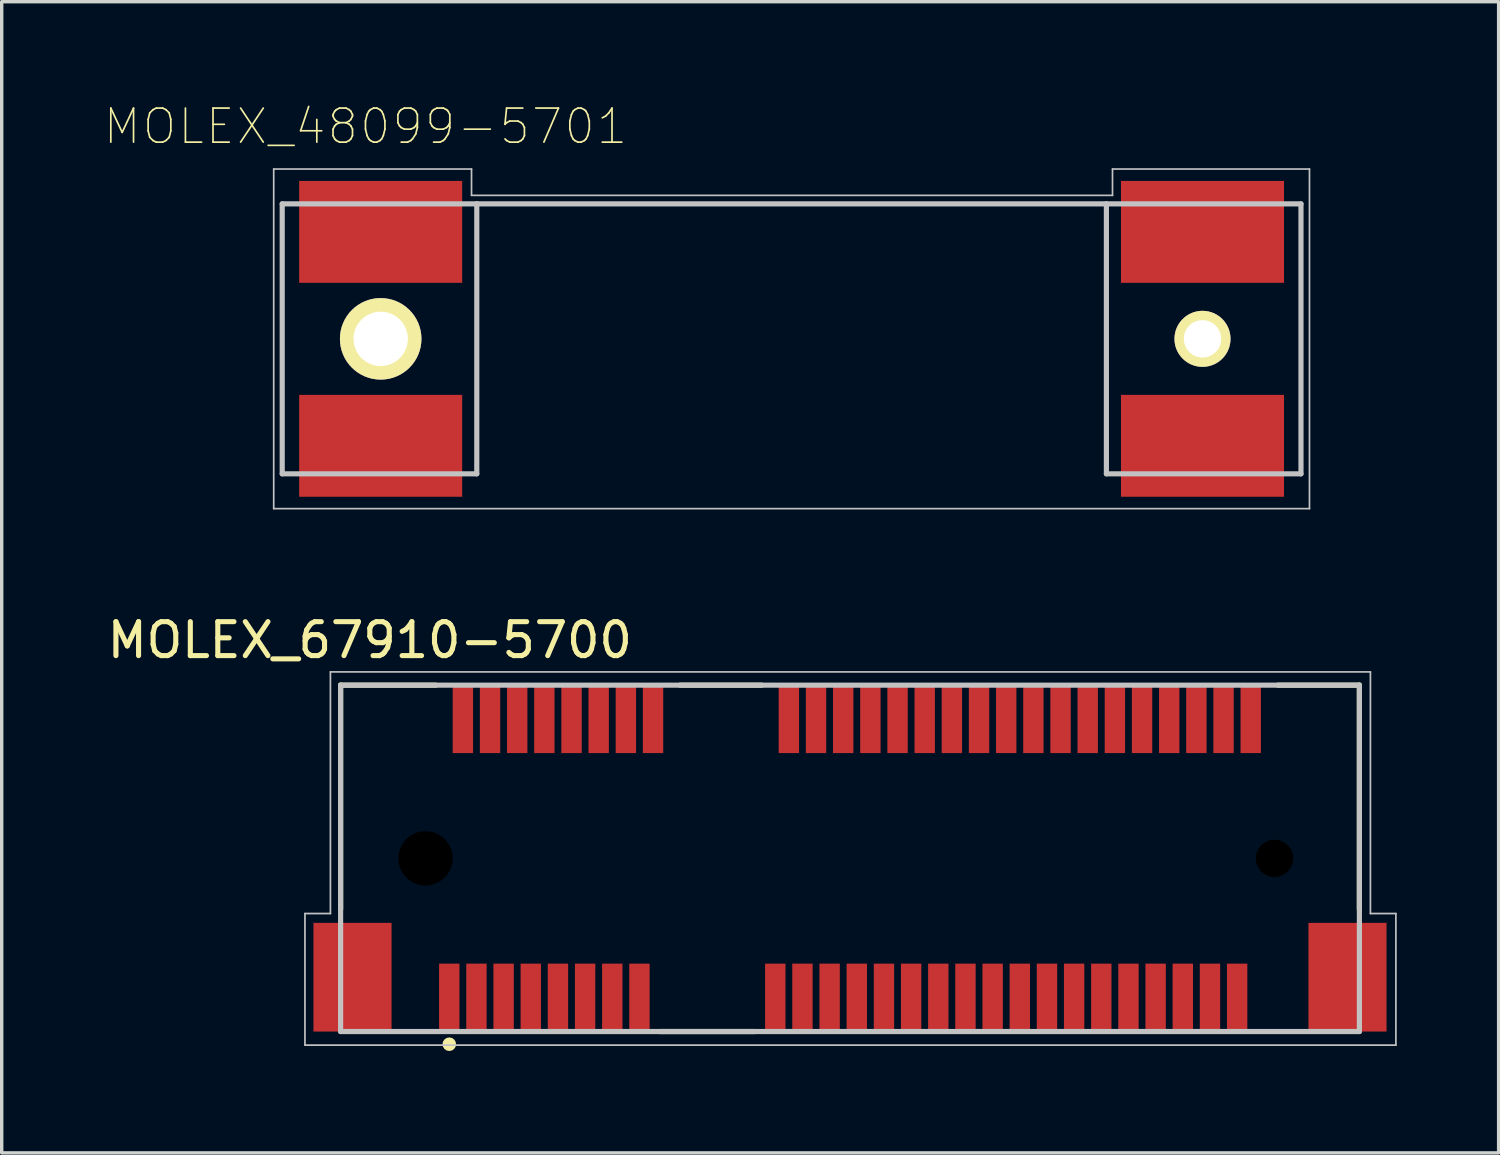
<source format=kicad_pcb>
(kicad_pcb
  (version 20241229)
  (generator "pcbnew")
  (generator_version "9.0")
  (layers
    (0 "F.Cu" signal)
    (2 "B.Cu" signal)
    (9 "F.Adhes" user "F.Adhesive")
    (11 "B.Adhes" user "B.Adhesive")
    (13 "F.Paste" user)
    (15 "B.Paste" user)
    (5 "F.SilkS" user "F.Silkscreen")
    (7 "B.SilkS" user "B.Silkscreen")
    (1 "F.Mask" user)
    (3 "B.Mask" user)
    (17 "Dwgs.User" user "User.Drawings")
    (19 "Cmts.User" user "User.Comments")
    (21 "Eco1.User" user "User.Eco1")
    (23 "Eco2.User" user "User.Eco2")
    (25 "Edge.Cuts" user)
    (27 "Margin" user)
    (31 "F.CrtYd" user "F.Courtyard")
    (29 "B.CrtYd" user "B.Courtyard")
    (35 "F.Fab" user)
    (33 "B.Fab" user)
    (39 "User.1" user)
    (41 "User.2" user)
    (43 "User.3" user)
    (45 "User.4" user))
  (footprint "MOLEX_48099-5701"
    (layer "F.Cu")
    (at 20.26 6.928)
    (property "Reference" "MOLEX_48099-5701" (at -12.548 -6.254 0) (layer "F.SilkS") (effects (font (size 1.003 1.003) (thickness 0.05))))
    (attr smd)
    (fp_line (start -15.25 -5) (end -15.25 5) (stroke (width 0.05) (type solid)) (layer "Dwgs.User"))
    (fp_line (start -15.25 -5) (end -9.425 -5) (stroke (width 0.05) (type solid)) (layer "Dwgs.User"))
    (fp_line (start -15.25 5) (end 15.25 5) (stroke (width 0.05) (type solid)) (layer "Dwgs.User"))
    (fp_line (start -15 -3.975) (end -15 3.975) (stroke (width 0.152) (type solid)) (layer "Dwgs.User"))
    (fp_line (start -15 -3.975) (end -9.27 -3.975) (stroke (width 0.152) (type solid)) (layer "Dwgs.User"))
    (fp_line (start -15 3.975) (end -9.27 3.975) (stroke (width 0.152) (type solid)) (layer "Dwgs.User"))
    (fp_line (start -9.425 -5) (end -9.425 -4.225) (stroke (width 0.05) (type solid)) (layer "Dwgs.User"))
    (fp_line (start -9.425 -4.225) (end 9.45 -4.225) (stroke (width 0.05) (type solid)) (layer "Dwgs.User"))
    (fp_line (start -9.27 -3.975) (end 9.27 -3.975) (stroke (width 0.152) (type solid)) (layer "Dwgs.User"))
    (fp_line (start -9.27 3.975) (end -9.27 -3.975) (stroke (width 0.152) (type solid)) (layer "Dwgs.User"))
    (fp_line (start 9.27 -3.975) (end 15 -3.975) (stroke (width 0.152) (type solid)) (layer "Dwgs.User"))
    (fp_line (start 9.27 3.975) (end 9.27 -3.975) (stroke (width 0.152) (type solid)) (layer "Dwgs.User"))
    (fp_line (start 9.45 -5) (end 15.25 -5) (stroke (width 0.05) (type solid)) (layer "Dwgs.User"))
    (fp_line (start 9.45 -4.225) (end 9.45 -5) (stroke (width 0.05) (type solid)) (layer "Dwgs.User"))
    (fp_line (start 15 3.975) (end 9.27 3.975) (stroke (width 0.152) (type solid)) (layer "Dwgs.User"))
    (fp_line (start 15 3.975) (end 15 -3.975) (stroke (width 0.152) (type solid)) (layer "Dwgs.User"))
    (fp_line (start 15.25 5) (end 15.25 -5) (stroke (width 0.05) (type solid)) (layer "Dwgs.User"))
    (pad "1" smd rect (at -12.1 3.15) (size 4.8 3) (layers "F.Cu" "F.Mask" "F.Paste"))
    (pad "2" smd rect (at -12.1 -3.15) (size 4.8 3) (layers "F.Cu" "F.Mask" "F.Paste"))
    (pad "3" smd rect (at 12.1 3.15) (size 4.8 3) (layers "F.Cu" "F.Mask" "F.Paste"))
    (pad "4" smd rect (at 12.1 -3.15) (size 4.8 3) (layers "F.Cu" "F.Mask" "F.Paste"))
    (pad "5" thru_hole circle (at -12.1 0) (size 2.4 2.4) (drill 1.6) (layers "*.Cu" "*.Mask" "F.SilkS"))
    (pad "6" thru_hole circle (at 12.1 0) (size 1.65 1.65) (drill 1.1) (layers "*.Cu" "*.Mask" "F.SilkS")))
  (footprint "MOLEX_67910-5700"
    (layer "F.Cu")
    (at 20.18 22.226)
    (property "Reference" "MOLEX_67910-5700" (at -12.34 -6.425 0) (layer "F.SilkS") (effects (font (size 1 1) (thickness 0.15))))
    (attr smd)
    (fp_line (start -13.2 -5.1) (end -10.4 -5.1) (stroke (width 0.152) (type solid)) (layer "F.SilkS"))
    (fp_line (start -13.2 1.5) (end -13.2 -5.1) (stroke (width 0.152) (type solid)) (layer "F.SilkS"))
    (fp_line (start -3.2 -5.1) (end -0.8 -5.1) (stroke (width 0.152) (type solid)) (layer "F.SilkS"))
    (fp_line (start -1 5.1) (end -3.8 5.1) (stroke (width 0.152) (type solid)) (layer "F.SilkS"))
    (fp_line (start 14.4 -5.1) (end 16.8 -5.1) (stroke (width 0.152) (type solid)) (layer "F.SilkS"))
    (fp_line (start 16.8 -5.1) (end 16.8 1.5) (stroke (width 0.152) (type solid)) (layer "F.SilkS"))
    (fp_circle (center -10 5.473) (end -9.9 5.473) (stroke (width 0.2) (type solid)) (fill no) (layer "F.SilkS"))
    (fp_line (start -14.25 1.625) (end -13.5 1.625) (stroke (width 0.05) (type solid)) (layer "Dwgs.User"))
    (fp_line (start -14.25 5.5) (end -14.25 1.625) (stroke (width 0.05) (type solid)) (layer "Dwgs.User"))
    (fp_line (start -13.5 -5.49) (end 17.125 -5.49) (stroke (width 0.05) (type solid)) (layer "Dwgs.User"))
    (fp_line (start -13.5 1.625) (end -13.5 -5.49) (stroke (width 0.05) (type solid)) (layer "Dwgs.User"))
    (fp_line (start -13.2 -5.1) (end 16.8 -5.1) (stroke (width 0.152) (type solid)) (layer "Dwgs.User"))
    (fp_line (start -13.2 5.1) (end -13.2 -5.1) (stroke (width 0.152) (type solid)) (layer "Dwgs.User"))
    (fp_line (start 16.8 -5.1) (end 16.8 5.1) (stroke (width 0.152) (type solid)) (layer "Dwgs.User"))
    (fp_line (start 16.8 5.1) (end -13.2 5.1) (stroke (width 0.152) (type solid)) (layer "Dwgs.User"))
    (fp_line (start 17.125 -5.49) (end 17.125 1.625) (stroke (width 0.05) (type solid)) (layer "Dwgs.User"))
    (fp_line (start 17.125 1.625) (end 17.875 1.625) (stroke (width 0.05) (type solid)) (layer "Dwgs.User"))
    (fp_line (start 17.875 1.625) (end 17.875 5.5) (stroke (width 0.05) (type solid)) (layer "Dwgs.User"))
    (fp_line (start 17.875 5.5) (end -14.25 5.5) (stroke (width 0.05) (type solid)) (layer "Dwgs.User"))
    (pad "" np_thru_hole circle (at -10.7 0) (size 1.6 1.6) (drill 1.6) (layers))
    (pad "" np_thru_hole circle (at 14.3 0) (size 1.1 1.1) (drill 1.1) (layers))
    (pad "1" smd rect (at -10 4.1 90) (size 2 0.6) (layers "F.Cu" "F.Mask" "F.Paste"))
    (pad "2" smd rect (at -9.6 -4.1 90) (size 2 0.6) (layers "F.Cu" "F.Mask" "F.Paste"))
    (pad "3" smd rect (at -9.2 4.1 90) (size 2 0.6) (layers "F.Cu" "F.Mask" "F.Paste"))
    (pad "4" smd rect (at -8.8 -4.1 90) (size 2 0.6) (layers "F.Cu" "F.Mask" "F.Paste"))
    (pad "5" smd rect (at -8.4 4.1 90) (size 2 0.6) (layers "F.Cu" "F.Mask" "F.Paste"))
    (pad "6" smd rect (at -8 -4.1 90) (size 2 0.6) (layers "F.Cu" "F.Mask" "F.Paste"))
    (pad "7" smd rect (at -7.6 4.1 90) (size 2 0.6) (layers "F.Cu" "F.Mask" "F.Paste"))
    (pad "8" smd rect (at -7.2 -4.1 90) (size 2 0.6) (layers "F.Cu" "F.Mask" "F.Paste"))
    (pad "9" smd rect (at -6.8 4.1 90) (size 2 0.6) (layers "F.Cu" "F.Mask" "F.Paste"))
    (pad "10" smd rect (at -6.4 -4.1 90) (size 2 0.6) (layers "F.Cu" "F.Mask" "F.Paste"))
    (pad "11" smd rect (at -6 4.1 90) (size 2 0.6) (layers "F.Cu" "F.Mask" "F.Paste"))
    (pad "12" smd rect (at -5.6 -4.1 90) (size 2 0.6) (layers "F.Cu" "F.Mask" "F.Paste"))
    (pad "13" smd rect (at -5.2 4.1 90) (size 2 0.6) (layers "F.Cu" "F.Mask" "F.Paste"))
    (pad "14" smd rect (at -4.8 -4.1 90) (size 2 0.6) (layers "F.Cu" "F.Mask" "F.Paste"))
    (pad "15" smd rect (at -4.4 4.1 90) (size 2 0.6) (layers "F.Cu" "F.Mask" "F.Paste"))
    (pad "16" smd rect (at -4 -4.1 90) (size 2 0.6) (layers "F.Cu" "F.Mask" "F.Paste"))
    (pad "17" smd rect (at -0.4 4.1 90) (size 2 0.6) (layers "F.Cu" "F.Mask" "F.Paste"))
    (pad "18" smd rect (at 0 -4.1 90) (size 2 0.6) (layers "F.Cu" "F.Mask" "F.Paste"))
    (pad "19" smd rect (at 0.4 4.1 90) (size 2 0.6) (layers "F.Cu" "F.Mask" "F.Paste"))
    (pad "20" smd rect (at 0.8 -4.1 90) (size 2 0.6) (layers "F.Cu" "F.Mask" "F.Paste"))
    (pad "21" smd rect (at 1.2 4.1 90) (size 2 0.6) (layers "F.Cu" "F.Mask" "F.Paste"))
    (pad "22" smd rect (at 1.6 -4.1 90) (size 2 0.6) (layers "F.Cu" "F.Mask" "F.Paste"))
    (pad "23" smd rect (at 2 4.1 90) (size 2 0.6) (layers "F.Cu" "F.Mask" "F.Paste"))
    (pad "24" smd rect (at 2.4 -4.1 90) (size 2 0.6) (layers "F.Cu" "F.Mask" "F.Paste"))
    (pad "25" smd rect (at 2.8 4.1 90) (size 2 0.6) (layers "F.Cu" "F.Mask" "F.Paste"))
    (pad "26" smd rect (at 3.2 -4.1 90) (size 2 0.6) (layers "F.Cu" "F.Mask" "F.Paste"))
    (pad "27" smd rect (at 3.6 4.1 90) (size 2 0.6) (layers "F.Cu" "F.Mask" "F.Paste"))
    (pad "28" smd rect (at 4 -4.1 90) (size 2 0.6) (layers "F.Cu" "F.Mask" "F.Paste"))
    (pad "29" smd rect (at 4.4 4.1 90) (size 2 0.6) (layers "F.Cu" "F.Mask" "F.Paste"))
    (pad "30" smd rect (at 4.8 -4.1 90) (size 2 0.6) (layers "F.Cu" "F.Mask" "F.Paste"))
    (pad "31" smd rect (at 5.2 4.1 90) (size 2 0.6) (layers "F.Cu" "F.Mask" "F.Paste"))
    (pad "32" smd rect (at 5.6 -4.1 90) (size 2 0.6) (layers "F.Cu" "F.Mask" "F.Paste"))
    (pad "33" smd rect (at 6 4.1 90) (size 2 0.6) (layers "F.Cu" "F.Mask" "F.Paste"))
    (pad "34" smd rect (at 6.4 -4.1 90) (size 2 0.6) (layers "F.Cu" "F.Mask" "F.Paste"))
    (pad "35" smd rect (at 6.8 4.1 90) (size 2 0.6) (layers "F.Cu" "F.Mask" "F.Paste"))
    (pad "36" smd rect (at 7.2 -4.1 90) (size 2 0.6) (layers "F.Cu" "F.Mask" "F.Paste"))
    (pad "37" smd rect (at 7.6 4.1 90) (size 2 0.6) (layers "F.Cu" "F.Mask" "F.Paste"))
    (pad "38" smd rect (at 8 -4.1 90) (size 2 0.6) (layers "F.Cu" "F.Mask" "F.Paste"))
    (pad "39" smd rect (at 8.4 4.1 90) (size 2 0.6) (layers "F.Cu" "F.Mask" "F.Paste"))
    (pad "40" smd rect (at 8.8 -4.1 90) (size 2 0.6) (layers "F.Cu" "F.Mask" "F.Paste"))
    (pad "41" smd rect (at 9.2 4.1 90) (size 2 0.6) (layers "F.Cu" "F.Mask" "F.Paste"))
    (pad "42" smd rect (at 9.6 -4.1 90) (size 2 0.6) (layers "F.Cu" "F.Mask" "F.Paste"))
    (pad "43" smd rect (at 10 4.1 90) (size 2 0.6) (layers "F.Cu" "F.Mask" "F.Paste"))
    (pad "44" smd rect (at 10.4 -4.1 90) (size 2 0.6) (layers "F.Cu" "F.Mask" "F.Paste"))
    (pad "45" smd rect (at 10.8 4.1 90) (size 2 0.6) (layers "F.Cu" "F.Mask" "F.Paste"))
    (pad "46" smd rect (at 11.2 -4.1 90) (size 2 0.6) (layers "F.Cu" "F.Mask" "F.Paste"))
    (pad "47" smd rect (at 11.6 4.1 90) (size 2 0.6) (layers "F.Cu" "F.Mask" "F.Paste"))
    (pad "48" smd rect (at 12 -4.1 90) (size 2 0.6) (layers "F.Cu" "F.Mask" "F.Paste"))
    (pad "49" smd rect (at 12.4 4.1 90) (size 2 0.6) (layers "F.Cu" "F.Mask" "F.Paste"))
    (pad "50" smd rect (at 12.8 -4.1 90) (size 2 0.6) (layers "F.Cu" "F.Mask" "F.Paste"))
    (pad "51" smd rect (at 13.2 4.1 90) (size 2 0.6) (layers "F.Cu" "F.Mask" "F.Paste"))
    (pad "52" smd rect (at 13.6 -4.1 90) (size 2 0.6) (layers "F.Cu" "F.Mask" "F.Paste"))
    (pad "53" smd rect (at -12.85 3.5 90) (size 3.2 2.3) (layers "F.Cu" "F.Mask" "F.Paste"))
    (pad "54" smd rect (at 16.45 3.5 90) (size 3.2 2.3) (layers "F.Cu" "F.Mask" "F.Paste")))
  (gr_rect
    (start -3 -3)
    (end 41.08 30.899)
    (stroke (width 0.1) (type default))
    (fill no)
    (layer "Edge.Cuts")))
</source>
